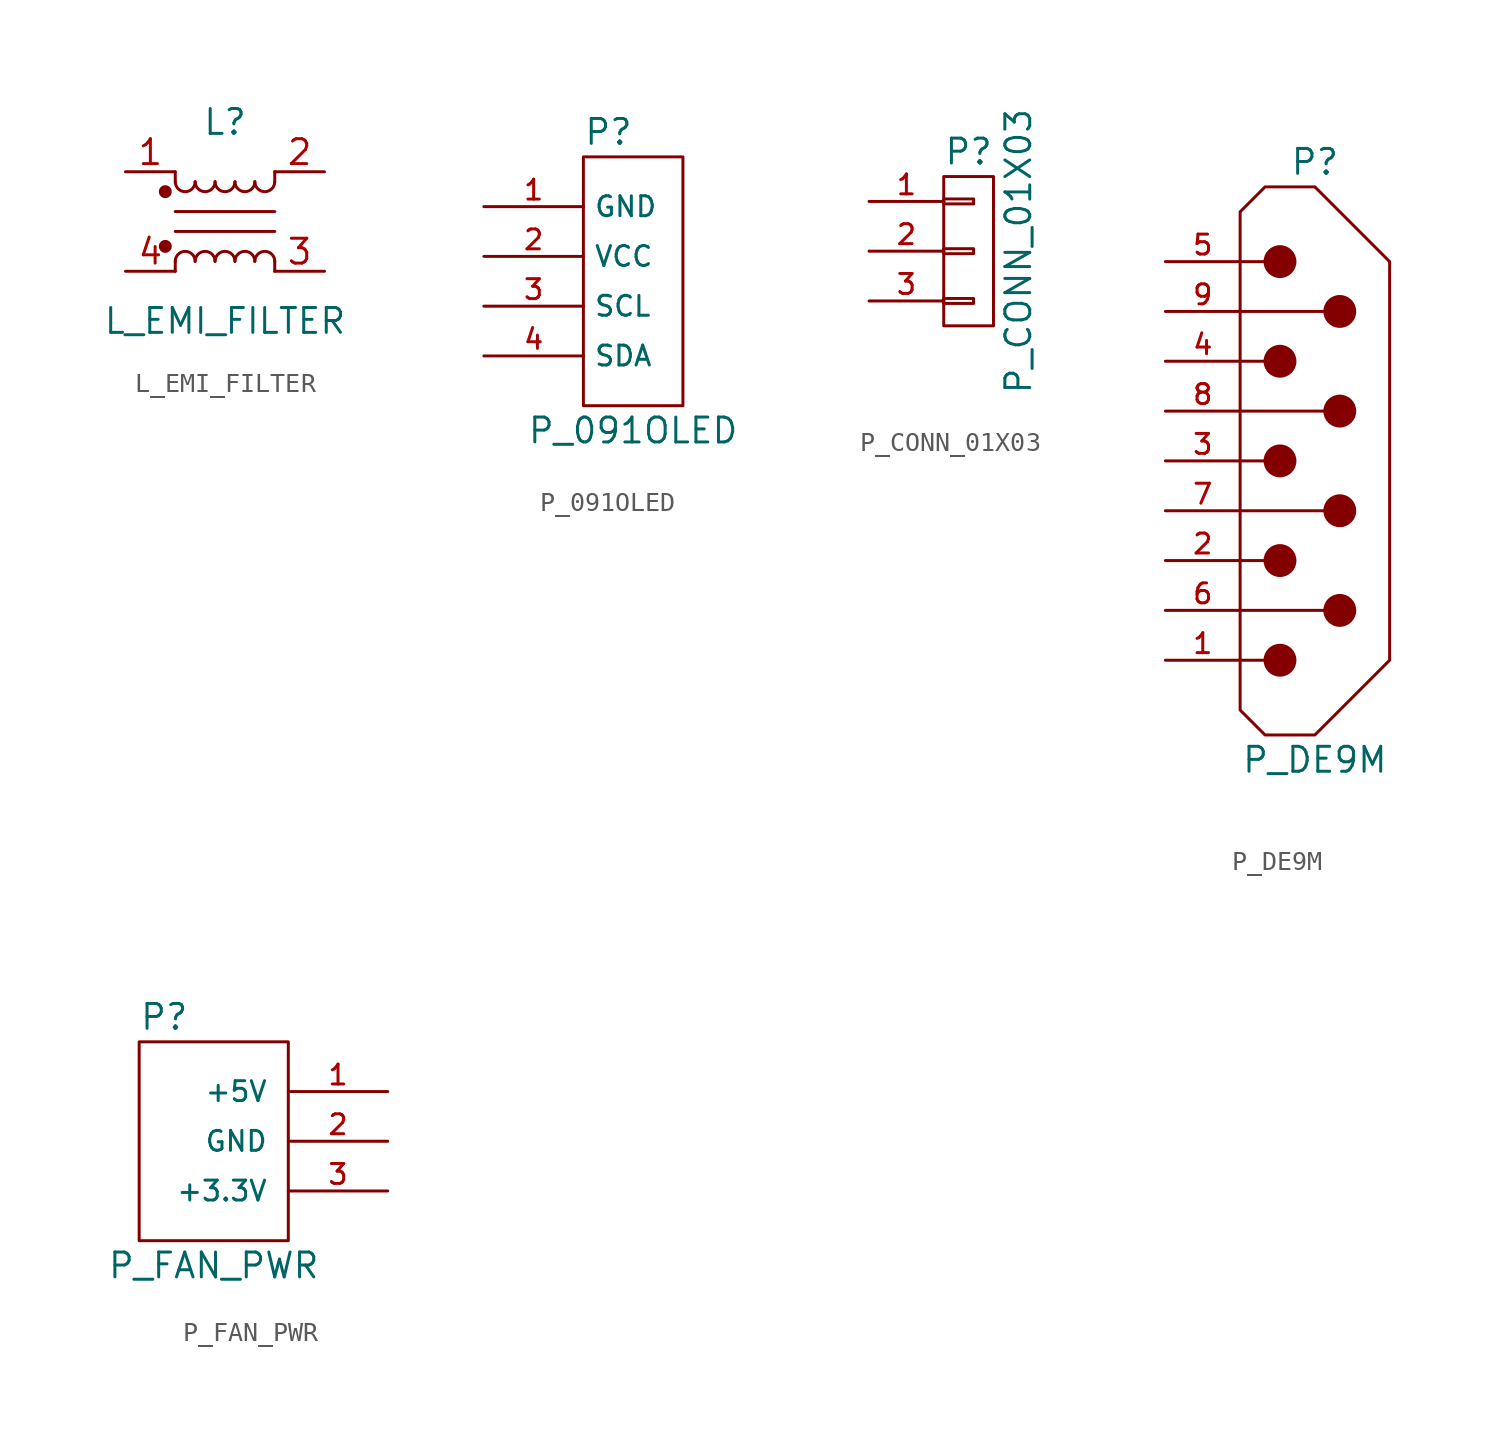
<source format=kicad_sym>
(kicad_symbol_lib
  (version 20211014)
  (generator kicad_symbol_editor)
  (symbol "L_EMI_FILTER"
    (pin_names
      (offset 1.016))
    (property "Reference" "L"
      (at 0 5.08 0)
      (effects (font (size 1.27 1.27))))
    (property "Value" "L_EMI_FILTER"
      (at 0 -5.08 0)
      (effects (font (size 1.27 1.27))))
    (symbol "L_EMI_FILTER_1_1"
      (circle (center -3.048 -1.27) (radius 0.254) (stroke (width 0) (type default) (color 0 0 0 0)) (fill (type outline)))
      (circle (center -3.048 1.524) (radius 0.254) (stroke (width 0) (type default) (color 0 0 0 0)) (fill (type outline)))
      (arc (start -2.54 2.032) (mid -2.032 1.524) (end -1.524 2.032) (stroke (width 0) (type default) (color 0 0 0 0)) (fill (type none)))
      (arc (start -1.524 -2.032) (mid -2.032 -1.524) (end -2.54 -2.032) (stroke (width 0) (type default) (color 0 0 0 0)) (fill (type none)))
      (arc (start -1.524 2.032) (mid -1.016 1.524) (end -0.508 2.032) (stroke (width 0) (type default) (color 0 0 0 0)) (fill (type none)))
      (arc (start -0.508 -2.032) (mid -1.016 -1.524) (end -1.524 -2.032) (stroke (width 0) (type default) (color 0 0 0 0)) (fill (type none)))
      (arc (start -0.508 2.032) (mid 0 1.524) (end 0.508 2.032) (stroke (width 0) (type default) (color 0 0 0 0)) (fill (type none)))
      (polyline (pts (xy -2.54 -2.032) (xy -2.54 -2.54)) (stroke (width 0) (type default) (color 0 0 0 0)) (fill (type none)))
      (polyline (pts (xy -2.54 0.508) (xy 2.54 0.508)) (stroke (width 0) (type default) (color 0 0 0 0)) (fill (type none)))
      (polyline (pts (xy -2.54 2.032) (xy -2.54 2.54)) (stroke (width 0) (type default) (color 0 0 0 0)) (fill (type none)))
      (polyline (pts (xy 2.54 -2.032) (xy 2.54 -2.54)) (stroke (width 0) (type default) (color 0 0 0 0)) (fill (type none)))
      (polyline (pts (xy 2.54 -0.508) (xy -2.54 -0.508)) (stroke (width 0) (type default) (color 0 0 0 0)) (fill (type none)))
      (polyline (pts (xy 2.54 2.54) (xy 2.54 2.032)) (stroke (width 0) (type default) (color 0 0 0 0)) (fill (type none)))
      (arc (start 0.508 -2.032) (mid 0 -1.524) (end -0.508 -2.032) (stroke (width 0) (type default) (color 0 0 0 0)) (fill (type none)))
      (arc (start 0.508 2.032) (mid 1.016 1.524) (end 1.524 2.032) (stroke (width 0) (type default) (color 0 0 0 0)) (fill (type none)))
      (arc (start 1.524 -2.032) (mid 1.016 -1.524) (end 0.508 -2.032) (stroke (width 0) (type default) (color 0 0 0 0)) (fill (type none)))
      (arc (start 1.524 2.032) (mid 2.032 1.524) (end 2.54 2.032) (stroke (width 0) (type default) (color 0 0 0 0)) (fill (type none)))
      (arc (start 2.54 -2.032) (mid 2.032 -1.524) (end 1.524 -2.032) (stroke (width 0) (type default) (color 0 0 0 0)) (fill (type none)))
      (pin passive line (at -5.08 2.54 0) (length 2.54) (name "~" (effects (font (size 1.27 1.27)))) (number "1" (effects (font (size 1.27 1.27)))))
      (pin passive line (at 5.08 2.54 180) (length 2.54) (name "~" (effects (font (size 1.27 1.27)))) (number "2" (effects (font (size 1.27 1.27)))))
      (pin passive line (at 5.08 -2.54 180) (length 2.54) (name "~" (effects (font (size 1.27 1.27)))) (number "3" (effects (font (size 1.27 1.27)))))
      (pin passive line (at -5.08 -2.54 0) (length 2.54) (name "~" (effects (font (size 1.27 1.27)))) (number "4" (effects (font (size 1.27 1.27)))))))
  (symbol "P_091OLED"
    (property "Reference" "P"
      (at -2.54 7.62 0)
      (effects (font (size 1.27 1.27)) (justify left)))
    (property "Value" "P_091OLED"
      (at 0 -7.62 0)
      (effects (font (size 1.27 1.27))))
    (symbol "P_091OLED_0_1"
      (rectangle (start -2.54 6.35) (end 2.54 -6.35) (stroke (width 0.152) (type default) (color 0 0 0 0)) (fill (type none))))
    (symbol "P_091OLED_1_1"
      (pin power_in line (at -7.62 3.81 0) (length 5.08) (name "GND" (effects (font (size 1.016 1.016)))) (number "1" (effects (font (size 1.016 1.016)))))
      (pin power_in line (at -7.62 1.27 0) (length 5.08) (name "VCC" (effects (font (size 1.016 1.016)))) (number "2" (effects (font (size 1.016 1.016)))))
      (pin input line (at -7.62 -1.27 0) (length 5.08) (name "SCL" (effects (font (size 1.016 1.016)))) (number "3" (effects (font (size 1.016 1.016)))))
      (pin input line (at -7.62 -3.81 0) (length 5.08) (name "SDA" (effects (font (size 1.016 1.016)))) (number "4" (effects (font (size 1.016 1.016)))))))
  (symbol "P_CONN_01X03"
    (pin_names
      (offset 1.016))
    (property "Reference" "P"
      (at 0 5.08 0)
      (effects (font (size 1.27 1.27))))
    (property "Value" "P_CONN_01X03"
      (at 2.54 0 90)
      (effects (font (size 1.27 1.27))))
    (symbol "P_CONN_01X03_0_1"
      (rectangle (start -1.27 3.81) (end 1.27 -3.81) (stroke (width 0.152) (type default) (color 0 0 0 0)) (fill (type none))))
    (symbol "P_CONN_01X03_1_1"
      (rectangle (start -1.27 -2.413) (end 0.254 -2.667) (stroke (width 0) (type default) (color 0 0 0 0)) (fill (type none)))
      (rectangle (start -1.27 0.127) (end 0.254 -0.127) (stroke (width 0) (type default) (color 0 0 0 0)) (fill (type none)))
      (rectangle (start -1.27 2.667) (end 0.254 2.413) (stroke (width 0) (type default) (color 0 0 0 0)) (fill (type none)))
      (pin passive line (at -5.08 2.54 0) (length 3.81) (name "~" (effects (font (size 1.016 1.016)))) (number "1" (effects (font (size 1.016 1.016)))))
      (pin passive line (at -5.08 0 0) (length 3.81) (name "~" (effects (font (size 1.016 1.016)))) (number "2" (effects (font (size 1.016 1.016)))))
      (pin passive line (at -5.08 -2.54 0) (length 3.81) (name "~" (effects (font (size 1.016 1.016)))) (number "3" (effects (font (size 1.016 1.016)))))))
  (symbol "P_DE9M"
    (pin_names
      (offset 0.025))
    (property "Reference" "P"
      (at 0 15.24 0)
      (effects (font (size 1.27 1.27))))
    (property "Value" "P_DE9M"
      (at 0 -15.24 0)
      (effects (font (size 1.27 1.27))))
    (symbol "P_DE9M_1_1"
      (circle (center -1.778 -10.16) (radius 0.762) (stroke (width 0) (type default) (color 0 0 0 0)) (fill (type outline)))
      (circle (center -1.778 -5.08) (radius 0.762) (stroke (width 0) (type default) (color 0 0 0 0)) (fill (type outline)))
      (circle (center -1.778 0) (radius 0.762) (stroke (width 0) (type default) (color 0 0 0 0)) (fill (type outline)))
      (circle (center -1.778 5.08) (radius 0.762) (stroke (width 0) (type default) (color 0 0 0 0)) (fill (type outline)))
      (circle (center -1.778 10.16) (radius 0.762) (stroke (width 0) (type default) (color 0 0 0 0)) (fill (type outline)))
      (polyline (pts (xy -3.81 -10.16) (xy -2.54 -10.16)) (stroke (width 0) (type default) (color 0 0 0 0)) (fill (type none)))
      (polyline (pts (xy -3.81 -7.62) (xy 0.508 -7.62)) (stroke (width 0) (type default) (color 0 0 0 0)) (fill (type none)))
      (polyline (pts (xy -3.81 -5.08) (xy -2.54 -5.08)) (stroke (width 0) (type default) (color 0 0 0 0)) (fill (type none)))
      (polyline (pts (xy -3.81 -2.54) (xy 0.508 -2.54)) (stroke (width 0) (type default) (color 0 0 0 0)) (fill (type none)))
      (polyline (pts (xy -3.81 0) (xy -2.54 0)) (stroke (width 0) (type default) (color 0 0 0 0)) (fill (type none)))
      (polyline (pts (xy -3.81 2.54) (xy 0.508 2.54)) (stroke (width 0) (type default) (color 0 0 0 0)) (fill (type none)))
      (polyline (pts (xy -3.81 5.08) (xy -2.54 5.08)) (stroke (width 0) (type default) (color 0 0 0 0)) (fill (type none)))
      (polyline (pts (xy -3.81 7.62) (xy 0.508 7.62)) (stroke (width 0) (type default) (color 0 0 0 0)) (fill (type none)))
      (polyline (pts (xy -3.81 10.16) (xy -2.54 10.16)) (stroke (width 0) (type default) (color 0 0 0 0)) (fill (type none)))
      (polyline (pts (xy -3.81 12.7) (xy -2.54 13.97) (xy 0 13.97) (xy 3.81 10.16) (xy 3.81 -10.16) (xy 0 -13.97) (xy -2.54 -13.97) (xy -3.81 -12.7) (xy -3.81 12.7)) (stroke (width 0.152) (type default) (color 0 0 0 0)) (fill (type none)))
      (circle (center 1.27 -7.62) (radius 0.762) (stroke (width 0) (type default) (color 0 0 0 0)) (fill (type outline)))
      (circle (center 1.27 -2.54) (radius 0.762) (stroke (width 0) (type default) (color 0 0 0 0)) (fill (type outline)))
      (circle (center 1.27 2.54) (radius 0.762) (stroke (width 0) (type default) (color 0 0 0 0)) (fill (type outline)))
      (circle (center 1.27 7.62) (radius 0.762) (stroke (width 0) (type default) (color 0 0 0 0)) (fill (type outline)))
      (pin passive line (at -7.62 -10.16 0) (length 3.81) (name "~" (effects (font (size 1.016 1.016)))) (number "1" (effects (font (size 1.016 1.016)))))
      (pin power_in line (at 3.81 10.16 270) (length 0) hide (name "GND" (effects (font (size 1.016 1.016)))) (number "10" (effects (font (size 1.016 1.016)))))
      (pin power_in line (at 3.81 -10.16 90) (length 0) hide (name "GND" (effects (font (size 1.016 1.016)))) (number "11" (effects (font (size 1.016 1.016)))))
      (pin passive line (at -7.62 -5.08 0) (length 3.81) (name "~" (effects (font (size 1.016 1.016)))) (number "2" (effects (font (size 1.016 1.016)))))
      (pin passive line (at -7.62 0 0) (length 3.81) (name "~" (effects (font (size 1.016 1.016)))) (number "3" (effects (font (size 1.016 1.016)))))
      (pin passive line (at -7.62 5.08 0) (length 3.81) (name "~" (effects (font (size 1.016 1.016)))) (number "4" (effects (font (size 1.016 1.016)))))
      (pin passive line (at -7.62 10.16 0) (length 3.81) (name "~" (effects (font (size 1.016 1.016)))) (number "5" (effects (font (size 1.016 1.016)))))
      (pin passive line (at -7.62 -7.62 0) (length 3.81) (name "~" (effects (font (size 1.016 1.016)))) (number "6" (effects (font (size 1.016 1.016)))))
      (pin passive line (at -7.62 -2.54 0) (length 3.81) (name "~" (effects (font (size 1.016 1.016)))) (number "7" (effects (font (size 1.016 1.016)))))
      (pin passive line (at -7.62 2.54 0) (length 3.81) (name "~" (effects (font (size 1.016 1.016)))) (number "8" (effects (font (size 1.016 1.016)))))
      (pin passive line (at -7.62 7.62 0) (length 3.81) (name "~" (effects (font (size 1.016 1.016)))) (number "9" (effects (font (size 1.016 1.016)))))))
  (symbol "P_FAN_PWR"
    (pin_names
      (offset 1.016))
    (property "Reference" "P"
      (at -3.81 6.35 0)
      (effects (font (size 1.27 1.27)) (justify left)))
    (property "Value" "P_FAN_PWR"
      (at 0 -6.35 0)
      (effects (font (size 1.27 1.27))))
    (symbol "P_FAN_PWR_1_1"
      (rectangle (start -3.81 5.08) (end 3.81 -5.08) (stroke (width 0) (type default) (color 0 0 0 0)) (fill (type none)))
      (pin passive line (at 8.89 2.54 180) (length 5.08) (name "+5V" (effects (font (size 1.016 1.016)))) (number "1" (effects (font (size 1.016 1.016)))))
      (pin passive line (at 8.89 0 180) (length 5.08) (name "GND" (effects (font (size 1.016 1.016)))) (number "2" (effects (font (size 1.016 1.016)))))
      (pin passive line (at 8.89 -2.54 180) (length 5.08) (name "+3.3V" (effects (font (size 1.016 1.016)))) (number "3" (effects (font (size 1.016 1.016))))))))
</source>
